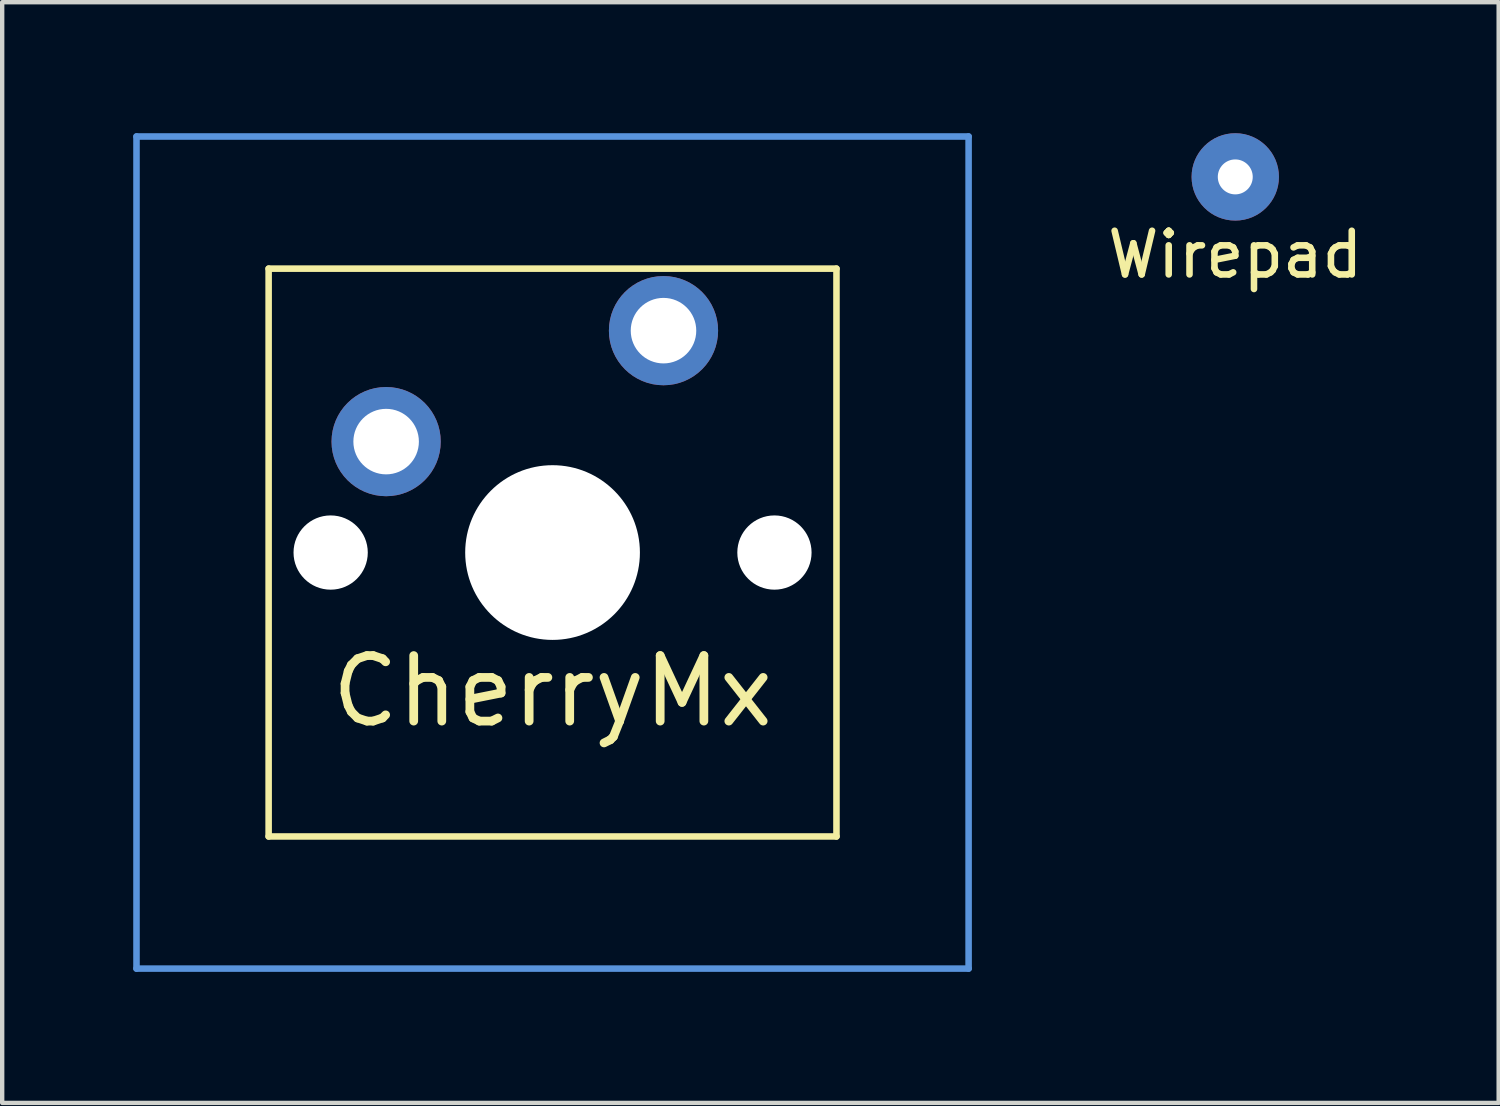
<source format=kicad_pcb>
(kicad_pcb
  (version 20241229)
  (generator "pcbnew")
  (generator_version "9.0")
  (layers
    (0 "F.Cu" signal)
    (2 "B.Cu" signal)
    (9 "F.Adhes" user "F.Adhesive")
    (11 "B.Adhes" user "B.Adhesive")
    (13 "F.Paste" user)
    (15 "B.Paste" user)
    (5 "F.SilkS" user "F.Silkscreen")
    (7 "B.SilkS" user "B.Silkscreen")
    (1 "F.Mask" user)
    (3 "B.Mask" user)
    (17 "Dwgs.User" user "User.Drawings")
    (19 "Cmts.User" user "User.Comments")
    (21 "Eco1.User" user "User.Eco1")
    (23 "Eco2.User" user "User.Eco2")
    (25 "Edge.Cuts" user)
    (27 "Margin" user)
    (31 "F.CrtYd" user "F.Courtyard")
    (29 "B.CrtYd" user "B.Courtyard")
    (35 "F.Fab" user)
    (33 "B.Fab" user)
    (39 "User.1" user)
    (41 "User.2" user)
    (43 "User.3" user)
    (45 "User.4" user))
  (footprint "CherryMx"
    (layer "F.Cu")
    (at 9.6 9.6)
    (property "Reference" "CherryMx" (at 0 3.175 0) (layer "F.SilkS") (effects (font (size 1.5 1.5) (thickness 0.2))))
    (attr through_hole)
    (fp_line (start -6.5 -6.5) (end 6.5 -6.5) (stroke (width 0.15) (type solid)) (layer "F.SilkS"))
    (fp_line (start -6.5 6.5) (end -6.5 -6.5) (stroke (width 0.15) (type solid)) (layer "F.SilkS"))
    (fp_line (start 6.5 -6.5) (end 6.5 6.5) (stroke (width 0.15) (type solid)) (layer "F.SilkS"))
    (fp_line (start 6.5 6.5) (end -6.5 6.5) (stroke (width 0.15) (type solid)) (layer "F.SilkS"))
    (fp_line (start -9.525 -9.525) (end 9.525 -9.525) (stroke (width 0.15) (type solid)) (layer "Cmts.User"))
    (fp_line (start -9.525 9.525) (end -9.525 -9.525) (stroke (width 0.15) (type solid)) (layer "Cmts.User"))
    (fp_line (start 9.525 -9.525) (end 9.525 9.525) (stroke (width 0.15) (type solid)) (layer "Cmts.User"))
    (fp_line (start 9.525 9.525) (end -9.525 9.525) (stroke (width 0.15) (type solid)) (layer "Cmts.User"))
    (pad "" np_thru_hole circle (at -5.08 0) (size 1.7 1.7) (drill 1.7) (layers "*.Cu" "*.Mask"))
    (pad "" np_thru_hole circle (at 0 0) (size 4 4) (drill 4) (layers "*.Cu" "*.Mask"))
    (pad "" np_thru_hole circle (at 5.08 0) (size 1.7 1.7) (drill 1.7) (layers "*.Cu" "*.Mask"))
    (pad "1" thru_hole circle (at -3.81 -2.54) (size 2.5 2.5) (drill 1.5) (layers "*.Cu" "*.Mask"))
    (pad "2" thru_hole circle (at 2.54 -5.08) (size 2.5 2.5) (drill 1.5) (layers "*.Cu" "*.Mask")))
  (footprint "Wirepad"
    (layer "F.Cu")
    (at 25.23 1)
    (property "Reference" "Wirepad" (at 0 1.778 0) (layer "F.SilkS") (effects (font (size 1 1) (thickness 0.15))))
    (attr through_hole)
    (pad "1" thru_hole circle (at 0 0) (size 2 2) (drill 0.8) (layers "F.Cu" "F.Mask")))
  (gr_rect
    (start -3 -3)
    (end 31.26 22.2)
    (stroke (width 0.1) (type default))
    (fill no)
    (layer "Edge.Cuts")))
</source>
